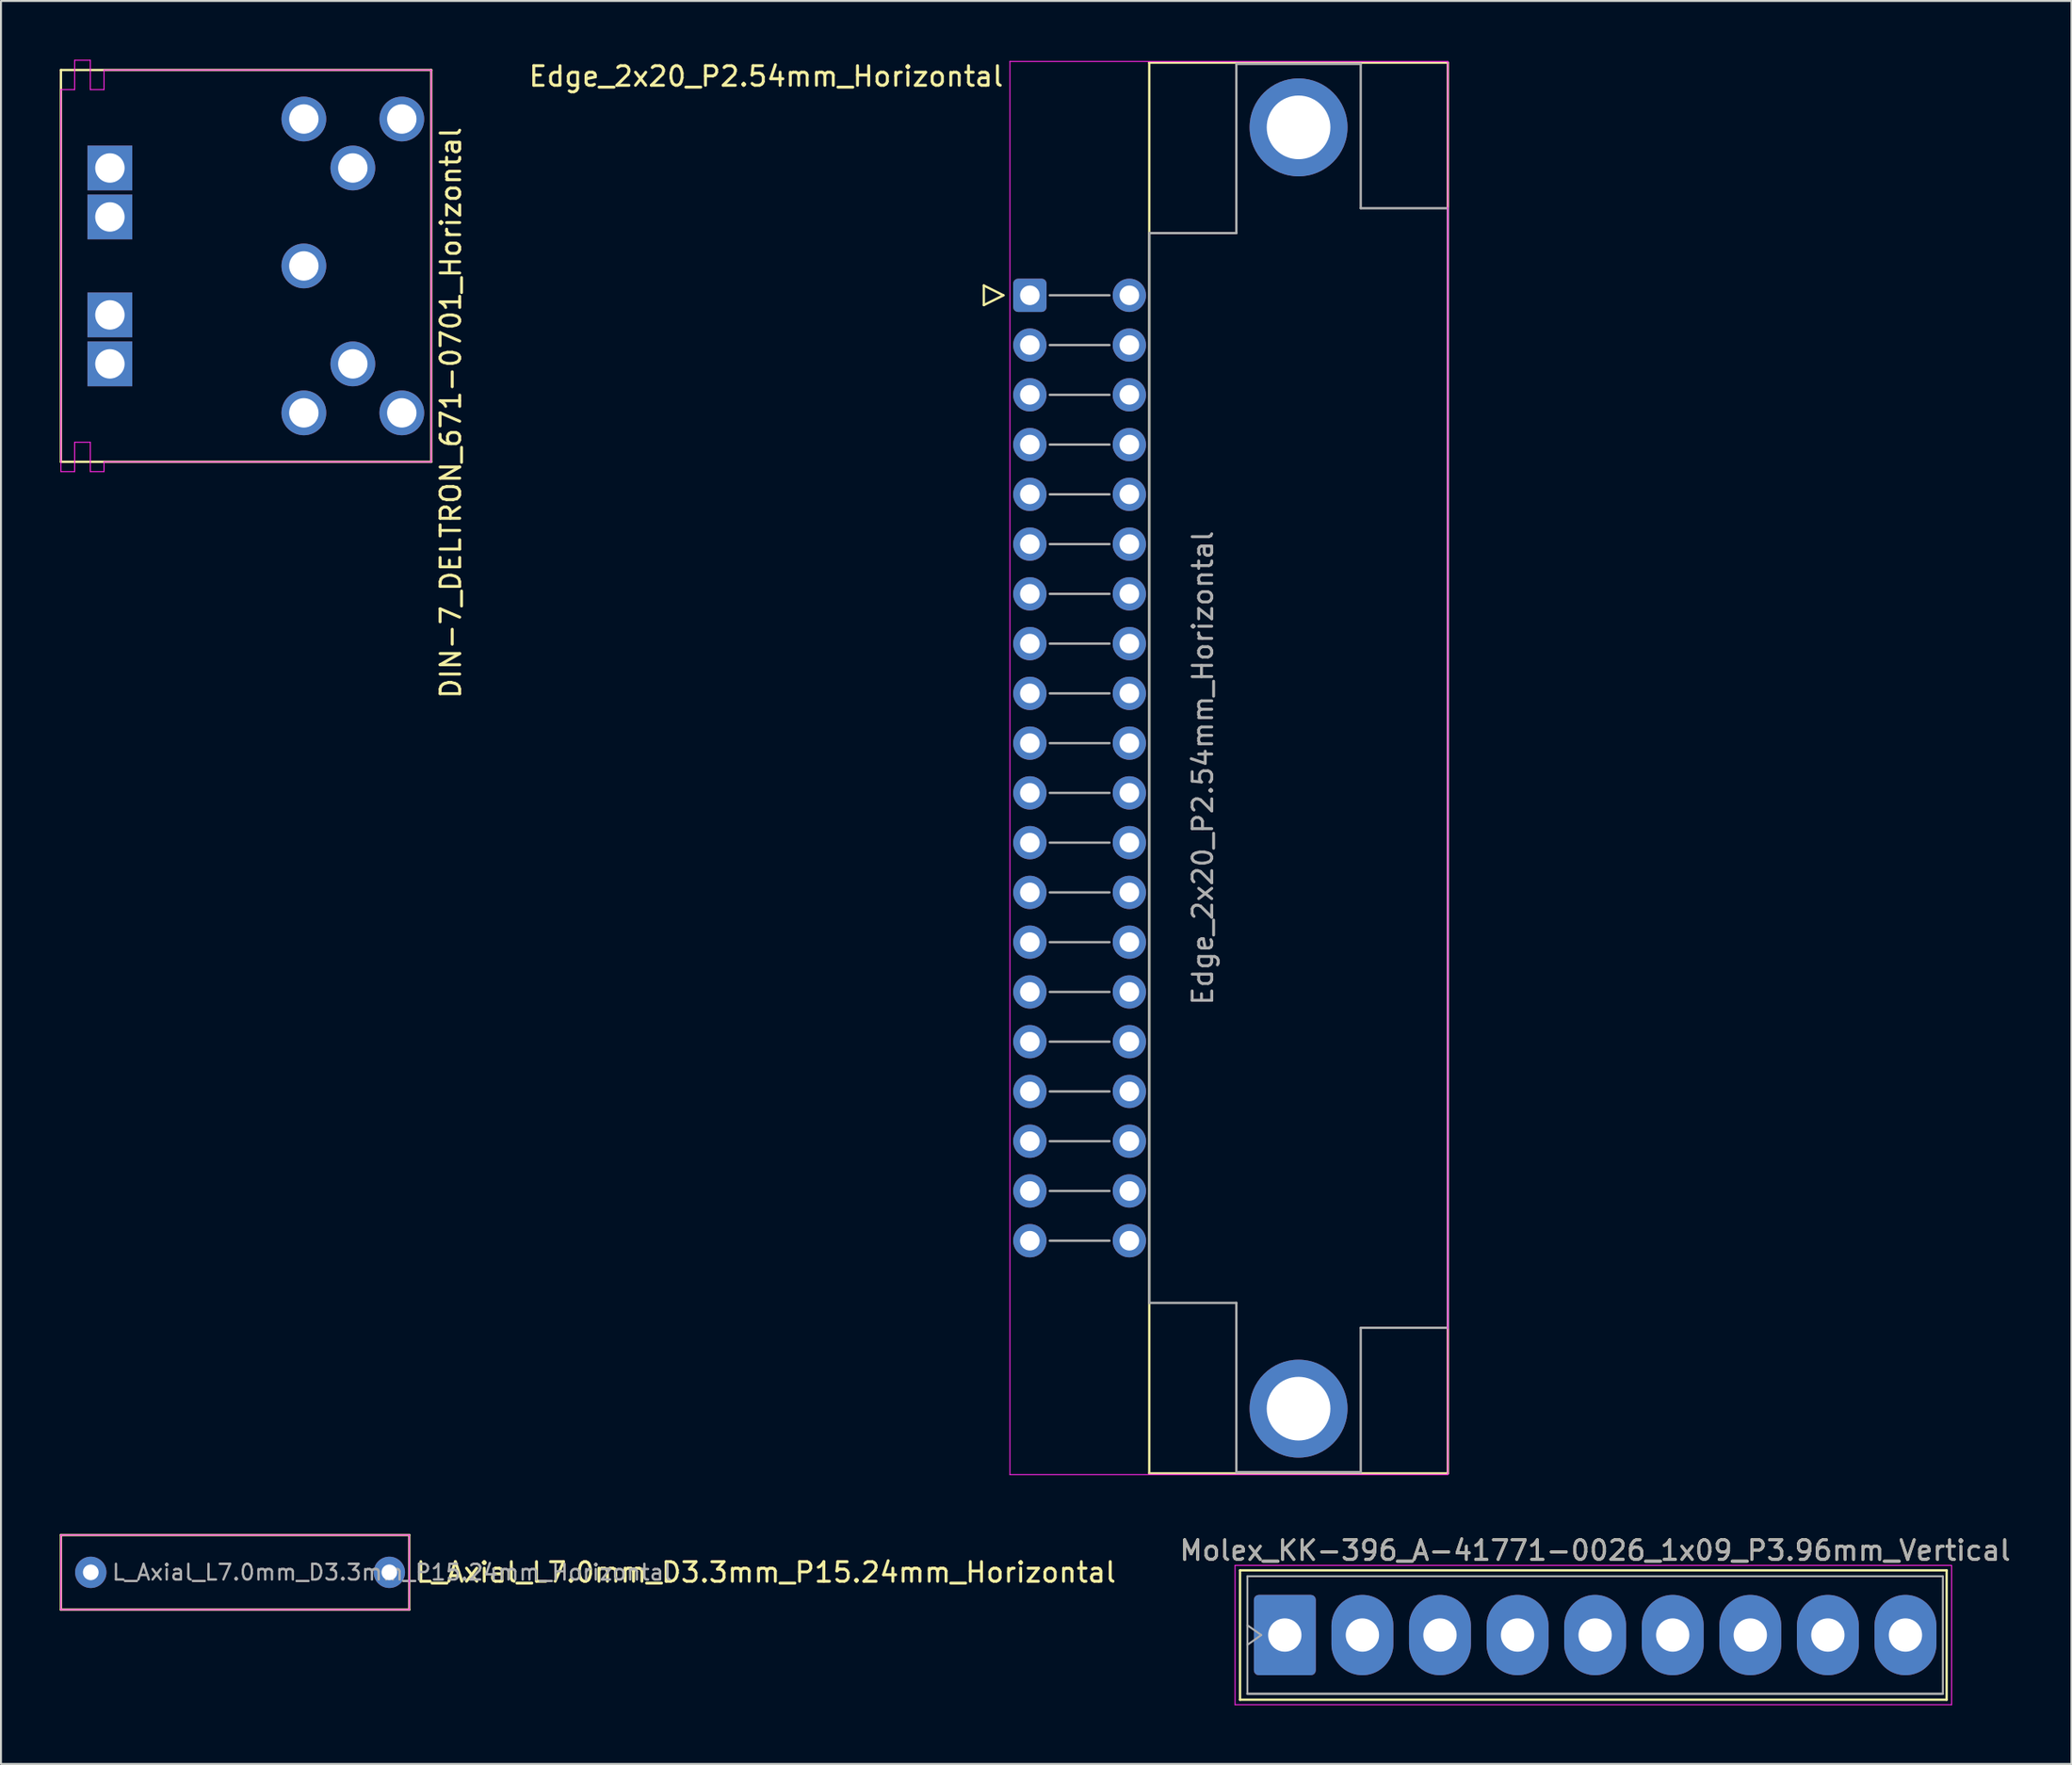
<source format=kicad_pcb>
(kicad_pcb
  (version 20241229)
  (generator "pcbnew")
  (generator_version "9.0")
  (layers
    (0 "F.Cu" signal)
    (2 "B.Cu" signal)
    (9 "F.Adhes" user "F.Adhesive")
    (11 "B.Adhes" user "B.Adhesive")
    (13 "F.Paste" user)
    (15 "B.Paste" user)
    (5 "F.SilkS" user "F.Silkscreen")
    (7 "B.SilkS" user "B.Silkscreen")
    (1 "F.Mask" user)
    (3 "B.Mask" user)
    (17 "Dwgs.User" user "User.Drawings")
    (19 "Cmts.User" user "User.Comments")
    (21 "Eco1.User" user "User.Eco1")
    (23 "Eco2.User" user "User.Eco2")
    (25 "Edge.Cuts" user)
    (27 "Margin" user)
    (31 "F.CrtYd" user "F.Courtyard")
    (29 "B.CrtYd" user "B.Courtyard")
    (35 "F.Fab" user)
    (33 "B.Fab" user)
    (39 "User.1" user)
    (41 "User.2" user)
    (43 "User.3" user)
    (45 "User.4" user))
  (footprint "L_Axial_L7.0mm_D3.3mm_P15.24mm_Horizontal"
    (layer "F.Cu")
    (at 1.584 77.212)
    (property "Reference" "L_Axial_L7.0mm_D3.3mm_P15.24mm_Horizontal" (at 16.51 0 0) (layer "F.SilkS") (effects (font (size 1 1) (thickness 0.15)) (justify left)))
    (attr through_hole)
    (fp_line (start -1.524 1.905) (end -1.524 -1.905) (stroke (width 0.12) (type solid)) (layer "F.SilkS"))
    (fp_line (start 16.256 -1.905) (end -1.524 -1.905) (stroke (width 0.12) (type solid)) (layer "F.SilkS"))
    (fp_line (start 16.256 1.905) (end -1.524 1.905) (stroke (width 0.12) (type solid)) (layer "F.SilkS"))
    (fp_line (start 16.256 1.905) (end 16.256 -1.905) (stroke (width 0.12) (type solid)) (layer "F.SilkS"))
    (fp_line (start -1.524 -1.905) (end -1.524 1.905) (stroke (width 0.05) (type solid)) (layer "F.CrtYd"))
    (fp_line (start -1.524 1.905) (end 16.256 1.905) (stroke (width 0.05) (type solid)) (layer "F.CrtYd"))
    (fp_line (start 16.256 -1.905) (end -1.524 -1.905) (stroke (width 0.05) (type solid)) (layer "F.CrtYd"))
    (fp_line (start 16.256 1.905) (end 16.256 -1.905) (stroke (width 0.05) (type solid)) (layer "F.CrtYd"))
    (fp_text user "${REFERENCE}" (at 1.016 0 180) (layer "F.Fab") (effects (font (size 0.8 0.8) (thickness 0.12)) (justify left)))
    (pad "1" thru_hole oval (at 0 0 180) (size 1.6 1.6) (drill 0.8) (layers "*.Cu" "*.Mask"))
    (pad "2" thru_hole circle (at 15.24 0 180) (size 1.6 1.6) (drill 0.8) (layers "*.Cu" "*.Mask")))
  (footprint "DIN-7_DELTRON_671-0701_Horizontal"
    (layer "F.Cu")
    (at 12.46 18.025)
    (property "Reference" "DIN-7_DELTRON_671-0701_Horizontal" (at 7.5 0 90) (layer "F.SilkS") (effects (font (size 1 1) (thickness 0.15))))
    (attr through_hole)
    (fp_line (start -12.4 -17.5) (end -12.4 2.5) (stroke (width 0.12) (type solid)) (layer "F.SilkS"))
    (fp_line (start -12.4 2.5) (end 6.5 2.5) (stroke (width 0.12) (type solid)) (layer "F.SilkS"))
    (fp_line (start 6.5 -17.5) (end -12.4 -17.5) (stroke (width 0.12) (type solid)) (layer "F.SilkS"))
    (fp_line (start 6.5 2.5) (end 6.5 -17.5) (stroke (width 0.12) (type solid)) (layer "F.SilkS"))
    (fp_line (start -12.4 -16.5) (end -11.7 -16.5) (stroke (width 0.05) (type solid)) (layer "F.CrtYd"))
    (fp_line (start -12.4 3) (end -12.4 -16.5) (stroke (width 0.05) (type solid)) (layer "F.CrtYd"))
    (fp_line (start -12.4 3) (end -11.7 3) (stroke (width 0.05) (type solid)) (layer "F.CrtYd"))
    (fp_line (start -11.7 -18) (end -10.9 -18) (stroke (width 0.05) (type solid)) (layer "F.CrtYd"))
    (fp_line (start -11.7 -16.5) (end -11.7 -18) (stroke (width 0.05) (type solid)) (layer "F.CrtYd"))
    (fp_line (start -11.7 1.5) (end -10.9 1.5) (stroke (width 0.05) (type solid)) (layer "F.CrtYd"))
    (fp_line (start -11.7 3) (end -11.7 1.5) (stroke (width 0.05) (type solid)) (layer "F.CrtYd"))
    (fp_line (start -10.9 -18) (end -10.9 -16.5) (stroke (width 0.05) (type solid)) (layer "F.CrtYd"))
    (fp_line (start -10.9 -16.5) (end -10.2 -16.5) (stroke (width 0.05) (type solid)) (layer "F.CrtYd"))
    (fp_line (start -10.9 1.5) (end -10.9 3) (stroke (width 0.05) (type solid)) (layer "F.CrtYd"))
    (fp_line (start -10.9 3) (end -10.2 3) (stroke (width 0.05) (type solid)) (layer "F.CrtYd"))
    (fp_line (start -10.2 -17.5) (end 6.5 -17.5) (stroke (width 0.05) (type solid)) (layer "F.CrtYd"))
    (fp_line (start -10.2 -16.5) (end -10.2 -17.5) (stroke (width 0.05) (type solid)) (layer "F.CrtYd"))
    (fp_line (start -10.2 3) (end -10.2 2.5) (stroke (width 0.05) (type solid)) (layer "F.CrtYd"))
    (fp_line (start 6.5 -17.5) (end 6.5 2.5) (stroke (width 0.05) (type solid)) (layer "F.CrtYd"))
    (fp_line (start 6.5 2.5) (end -10.2 2.5) (stroke (width 0.05) (type solid)) (layer "F.CrtYd"))
    (pad "" thru_hole rect (at -9.9 -12.5) (size 2.286 2.286) (drill 1.5) (layers "*.Cu" "*.Mask"))
    (pad "" thru_hole rect (at -9.9 -10) (size 2.286 2.286) (drill 1.5) (layers "*.Cu" "*.Mask"))
    (pad "" thru_hole rect (at -9.9 -5) (size 2.286 2.286) (drill 1.5) (layers "*.Cu" "*.Mask"))
    (pad "" thru_hole rect (at -9.9 -2.5) (size 2.286 2.286) (drill 1.5) (layers "*.Cu" "*.Mask"))
    (pad "1" thru_hole circle (at 0 0) (size 2.286 2.286) (drill 1.5) (layers "*.Cu" "*.Mask"))
    (pad "2" thru_hole circle (at 0 -7.5) (size 2.286 2.286) (drill 1.5) (layers "*.Cu" "*.Mask"))
    (pad "3" thru_hole circle (at 0 -15) (size 2.286 2.286) (drill 1.5) (layers "*.Cu" "*.Mask"))
    (pad "4" thru_hole circle (at 2.5 -2.5) (size 2.286 2.286) (drill 1.5) (layers "*.Cu" "*.Mask"))
    (pad "5" thru_hole circle (at 2.5 -12.5 90) (size 2.286 2.286) (drill 1.5) (layers "*.Cu" "*.Mask"))
    (pad "6" thru_hole circle (at 5 0) (size 2.286 2.286) (drill 1.5) (layers "*.Cu" "*.Mask"))
    (pad "7" thru_hole circle (at 5 -15) (size 2.286 2.286) (drill 1.5) (layers "*.Cu" "*.Mask")))
  (footprint "Edge_2x20_P2.54mm_Horizontal"
    (layer "F.Cu")
    (at 49.519 12.024)
    (property "Reference" "Edge_2x20_P2.54mm_Horizontal" (at -1.27 -11.176 0) (layer "F.SilkS") (effects (font (size 1 1) (thickness 0.15)) (justify right)))
    (attr through_hole)
    (fp_line (start -2.35 -0.5) (end -2.35 0.5) (stroke (width 0.12) (type solid)) (layer "F.SilkS"))
    (fp_line (start -2.35 0.5) (end -1.35 0) (stroke (width 0.12) (type solid)) (layer "F.SilkS"))
    (fp_line (start -1.35 0) (end -2.35 -0.5) (stroke (width 0.12) (type solid)) (layer "F.SilkS"))
    (fp_line (start 6.096 -11.874) (end 21.336 -11.874) (stroke (width 0.12) (type solid)) (layer "F.SilkS"))
    (fp_line (start 6.096 60.135) (end 6.096 -11.874) (stroke (width 0.12) (type solid)) (layer "F.SilkS"))
    (fp_line (start 21.336 -11.874) (end 21.336 60.135) (stroke (width 0.12) (type solid)) (layer "F.SilkS"))
    (fp_line (start 21.336 60.135) (end 6.096 60.135) (stroke (width 0.12) (type solid)) (layer "F.SilkS"))
    (fp_line (start -1.016 -11.938) (end 21.336 -11.938) (stroke (width 0.05) (type solid)) (layer "F.CrtYd"))
    (fp_line (start -1.016 60.198) (end -1.016 -11.938) (stroke (width 0.05) (type solid)) (layer "F.CrtYd"))
    (fp_line (start 21.336 -11.938) (end 21.336 60.198) (stroke (width 0.05) (type solid)) (layer "F.CrtYd"))
    (fp_line (start 21.336 60.198) (end -1.016 60.198) (stroke (width 0.05) (type solid)) (layer "F.CrtYd"))
    (fp_line (start 1.016 0) (end 4.064 0) (stroke (width 0.12) (type solid)) (layer "F.Fab"))
    (fp_line (start 1.016 2.54) (end 4.064 2.54) (stroke (width 0.12) (type solid)) (layer "F.Fab"))
    (fp_line (start 1.016 5.08) (end 4.064 5.08) (stroke (width 0.12) (type solid)) (layer "F.Fab"))
    (fp_line (start 1.016 7.62) (end 4.064 7.62) (stroke (width 0.12) (type solid)) (layer "F.Fab"))
    (fp_line (start 1.016 10.16) (end 4.064 10.16) (stroke (width 0.12) (type solid)) (layer "F.Fab"))
    (fp_line (start 1.016 12.7) (end 4.064 12.7) (stroke (width 0.12) (type solid)) (layer "F.Fab"))
    (fp_line (start 1.016 15.24) (end 4.064 15.24) (stroke (width 0.12) (type solid)) (layer "F.Fab"))
    (fp_line (start 1.016 17.78) (end 4.064 17.78) (stroke (width 0.12) (type solid)) (layer "F.Fab"))
    (fp_line (start 1.016 20.32) (end 4.064 20.32) (stroke (width 0.12) (type solid)) (layer "F.Fab"))
    (fp_line (start 1.016 22.86) (end 4.064 22.86) (stroke (width 0.12) (type solid)) (layer "F.Fab"))
    (fp_line (start 1.016 25.4) (end 4.064 25.4) (stroke (width 0.12) (type solid)) (layer "F.Fab"))
    (fp_line (start 1.016 27.94) (end 4.064 27.94) (stroke (width 0.12) (type solid)) (layer "F.Fab"))
    (fp_line (start 1.016 30.48) (end 4.064 30.48) (stroke (width 0.12) (type solid)) (layer "F.Fab"))
    (fp_line (start 1.016 33.02) (end 4.064 33.02) (stroke (width 0.12) (type solid)) (layer "F.Fab"))
    (fp_line (start 1.016 35.56) (end 4.064 35.56) (stroke (width 0.12) (type solid)) (layer "F.Fab"))
    (fp_line (start 1.016 38.1) (end 4.064 38.1) (stroke (width 0.12) (type solid)) (layer "F.Fab"))
    (fp_line (start 1.016 40.64) (end 4.064 40.64) (stroke (width 0.12) (type solid)) (layer "F.Fab"))
    (fp_line (start 1.016 43.18) (end 4.064 43.18) (stroke (width 0.12) (type solid)) (layer "F.Fab"))
    (fp_line (start 1.016 45.72) (end 4.064 45.72) (stroke (width 0.12) (type solid)) (layer "F.Fab"))
    (fp_line (start 1.016 48.26) (end 4.064 48.26) (stroke (width 0.12) (type solid)) (layer "F.Fab"))
    (fp_line (start 6.096 51.435) (end 6.096 -3.175) (stroke (width 0.12) (type solid)) (layer "F.Fab"))
    (fp_line (start 10.541 -11.811) (end 16.891 -11.811) (stroke (width 0.12) (type solid)) (layer "F.Fab"))
    (fp_line (start 10.541 -3.175) (end 6.096 -3.175) (stroke (width 0.12) (type solid)) (layer "F.Fab"))
    (fp_line (start 10.541 -3.175) (end 10.541 -11.811) (stroke (width 0.12) (type solid)) (layer "F.Fab"))
    (fp_line (start 10.541 51.435) (end 6.096 51.435) (stroke (width 0.12) (type solid)) (layer "F.Fab"))
    (fp_line (start 10.541 60.071) (end 10.541 51.435) (stroke (width 0.12) (type solid)) (layer "F.Fab"))
    (fp_line (start 10.541 60.071) (end 16.891 60.071) (stroke (width 0.12) (type solid)) (layer "F.Fab"))
    (fp_line (start 16.891 -11.811) (end 16.891 -4.445) (stroke (width 0.12) (type solid)) (layer "F.Fab"))
    (fp_line (start 16.891 -4.445) (end 21.336 -4.445) (stroke (width 0.12) (type solid)) (layer "F.Fab"))
    (fp_line (start 16.891 52.705) (end 16.891 60.071) (stroke (width 0.12) (type solid)) (layer "F.Fab"))
    (fp_line (start 21.336 -4.445) (end 21.336 52.705) (stroke (width 0.12) (type solid)) (layer "F.Fab"))
    (fp_line (start 21.336 52.705) (end 16.891 52.705) (stroke (width 0.12) (type solid)) (layer "F.Fab"))
    (fp_text user "${REFERENCE}" (at 8.83 24.13 90) (layer "F.Fab") (effects (font (size 1 1) (thickness 0.15))))
    (pad "1" thru_hole roundrect (at 0 0) (size 1.7 1.7) (drill 1) (layers "*.Cu" "*.Mask") (roundrect_rratio 0.147))
    (pad "2" thru_hole circle (at 5.08 0) (size 1.7 1.7) (drill 1) (layers "*.Cu" "*.Mask"))
    (pad "3" thru_hole circle (at 0 2.54) (size 1.7 1.7) (drill 1) (layers "*.Cu" "*.Mask"))
    (pad "4" thru_hole circle (at 5.08 2.54) (size 1.7 1.7) (drill 1) (layers "*.Cu" "*.Mask"))
    (pad "5" thru_hole circle (at 0 5.08) (size 1.7 1.7) (drill 1) (layers "*.Cu" "*.Mask"))
    (pad "6" thru_hole circle (at 5.08 5.08) (size 1.7 1.7) (drill 1) (layers "*.Cu" "*.Mask"))
    (pad "7" thru_hole circle (at 0 7.62) (size 1.7 1.7) (drill 1) (layers "*.Cu" "*.Mask"))
    (pad "8" thru_hole circle (at 5.08 7.62) (size 1.7 1.7) (drill 1) (layers "*.Cu" "*.Mask"))
    (pad "9" thru_hole circle (at 0 10.16) (size 1.7 1.7) (drill 1) (layers "*.Cu" "*.Mask"))
    (pad "10" thru_hole circle (at 5.08 10.16) (size 1.7 1.7) (drill 1) (layers "*.Cu" "*.Mask"))
    (pad "11" thru_hole circle (at 0 12.7) (size 1.7 1.7) (drill 1) (layers "*.Cu" "*.Mask"))
    (pad "12" thru_hole circle (at 5.08 12.7) (size 1.7 1.7) (drill 1) (layers "*.Cu" "*.Mask"))
    (pad "13" thru_hole circle (at 0 15.24) (size 1.7 1.7) (drill 1) (layers "*.Cu" "*.Mask"))
    (pad "14" thru_hole circle (at 5.08 15.24) (size 1.7 1.7) (drill 1) (layers "*.Cu" "*.Mask"))
    (pad "15" thru_hole circle (at 0 17.78) (size 1.7 1.7) (drill 1) (layers "*.Cu" "*.Mask"))
    (pad "16" thru_hole circle (at 5.08 17.78) (size 1.7 1.7) (drill 1) (layers "*.Cu" "*.Mask"))
    (pad "17" thru_hole circle (at 0 20.32) (size 1.7 1.7) (drill 1) (layers "*.Cu" "*.Mask"))
    (pad "18" thru_hole circle (at 5.08 20.32) (size 1.7 1.7) (drill 1) (layers "*.Cu" "*.Mask"))
    (pad "19" thru_hole circle (at 0 22.86) (size 1.7 1.7) (drill 1) (layers "*.Cu" "*.Mask"))
    (pad "20" thru_hole circle (at 5.08 22.86) (size 1.7 1.7) (drill 1) (layers "*.Cu" "*.Mask"))
    (pad "21" thru_hole circle (at 0 25.4) (size 1.7 1.7) (drill 1) (layers "*.Cu" "*.Mask"))
    (pad "22" thru_hole circle (at 5.08 25.4) (size 1.7 1.7) (drill 1) (layers "*.Cu" "*.Mask"))
    (pad "23" thru_hole circle (at 0 27.94) (size 1.7 1.7) (drill 1) (layers "*.Cu" "*.Mask"))
    (pad "24" thru_hole circle (at 5.08 27.94) (size 1.7 1.7) (drill 1) (layers "*.Cu" "*.Mask"))
    (pad "25" thru_hole circle (at 0 30.48) (size 1.7 1.7) (drill 1) (layers "*.Cu" "*.Mask"))
    (pad "26" thru_hole circle (at 5.08 30.48) (size 1.7 1.7) (drill 1) (layers "*.Cu" "*.Mask"))
    (pad "27" thru_hole circle (at 0 33.02) (size 1.7 1.7) (drill 1) (layers "*.Cu" "*.Mask"))
    (pad "28" thru_hole circle (at 5.08 33.02) (size 1.7 1.7) (drill 1) (layers "*.Cu" "*.Mask"))
    (pad "29" thru_hole circle (at 0 35.56) (size 1.7 1.7) (drill 1) (layers "*.Cu" "*.Mask"))
    (pad "30" thru_hole circle (at 5.08 35.56) (size 1.7 1.7) (drill 1) (layers "*.Cu" "*.Mask"))
    (pad "31" thru_hole circle (at 0 38.1) (size 1.7 1.7) (drill 1) (layers "*.Cu" "*.Mask"))
    (pad "32" thru_hole circle (at 5.08 38.1) (size 1.7 1.7) (drill 1) (layers "*.Cu" "*.Mask"))
    (pad "33" thru_hole circle (at 0 40.64) (size 1.7 1.7) (drill 1) (layers "*.Cu" "*.Mask"))
    (pad "34" thru_hole circle (at 5.08 40.64) (size 1.7 1.7) (drill 1) (layers "*.Cu" "*.Mask"))
    (pad "35" thru_hole circle (at 0 43.18) (size 1.7 1.7) (drill 1) (layers "*.Cu" "*.Mask"))
    (pad "36" thru_hole circle (at 5.08 43.18) (size 1.7 1.7) (drill 1) (layers "*.Cu" "*.Mask"))
    (pad "37" thru_hole circle (at 0 45.72) (size 1.7 1.7) (drill 1) (layers "*.Cu" "*.Mask"))
    (pad "38" thru_hole circle (at 5.08 45.72) (size 1.7 1.7) (drill 1) (layers "*.Cu" "*.Mask"))
    (pad "39" thru_hole circle (at 0 48.26) (size 1.7 1.7) (drill 1) (layers "*.Cu" "*.Mask"))
    (pad "40" thru_hole circle (at 5.08 48.26) (size 1.7 1.7) (drill 1) (layers "*.Cu" "*.Mask"))
    (pad "MP" thru_hole circle (at 13.716 -8.572) (size 5 5) (drill 3.25) (layers "*.Cu" "*.Mask"))
    (pad "MP" thru_hole circle (at 13.716 56.833) (size 5 5) (drill 3.25) (layers "*.Cu" "*.Mask")))
  (footprint "Molex_KK-396_A-41771-0026_1x09_P3.96mm_Vertical"
    (layer "F.Cu")
    (at 62.534 80.413)
    (property "Reference" "Molex_KK-396_A-41771-0026_1x09_P3.96mm_Vertical" (at 15.84 -4.318 0) (layer "F.SilkS") (effects (font (size 1 1) (thickness 0.15))))
    (attr through_hole)
    (fp_line (start -2.286 -3.302) (end 33.782 -3.302) (stroke (width 0.12) (type solid)) (layer "F.SilkS"))
    (fp_line (start -2.286 3.302) (end -2.286 -3.302) (stroke (width 0.12) (type solid)) (layer "F.SilkS"))
    (fp_line (start 33.782 -3.302) (end 33.782 3.302) (stroke (width 0.12) (type solid)) (layer "F.SilkS"))
    (fp_line (start 33.782 3.302) (end -2.286 3.302) (stroke (width 0.12) (type solid)) (layer "F.SilkS"))
    (fp_line (start -2.54 -3.556) (end -2.54 3.556) (stroke (width 0.05) (type solid)) (layer "F.CrtYd"))
    (fp_line (start -2.54 3.556) (end 34.036 3.556) (stroke (width 0.05) (type solid)) (layer "F.CrtYd"))
    (fp_line (start 34.036 -3.556) (end -2.54 -3.556) (stroke (width 0.05) (type solid)) (layer "F.CrtYd"))
    (fp_line (start 34.036 3.556) (end 34.036 -3.556) (stroke (width 0.05) (type solid)) (layer "F.CrtYd"))
    (fp_line (start -1.91 -3) (end 33.59 -3) (stroke (width 0.1) (type solid)) (layer "F.Fab"))
    (fp_line (start -1.91 -0.5) (end -1.203 0) (stroke (width 0.1) (type solid)) (layer "F.Fab"))
    (fp_line (start -1.91 3) (end -1.91 -3) (stroke (width 0.1) (type solid)) (layer "F.Fab"))
    (fp_line (start -1.91 3) (end 33.59 3) (stroke (width 0.12) (type solid)) (layer "F.Fab"))
    (fp_line (start -1.203 0) (end -1.91 0.5) (stroke (width 0.1) (type solid)) (layer "F.Fab"))
    (fp_line (start 33.59 -3) (end 33.59 3) (stroke (width 0.1) (type solid)) (layer "F.Fab"))
    (fp_text user "${REFERENCE}" (at 15.84 -4.318 0) (layer "F.Fab") (effects (font (size 1 1) (thickness 0.15))))
    (pad "1" thru_hole roundrect (at 0 0) (size 3.16 4.1) (drill 1.7) (layers "*.Cu" "*.Mask") (roundrect_rratio 0.079))
    (pad "2" thru_hole oval (at 3.96 0) (size 3.16 4.1) (drill 1.7) (layers "*.Cu" "*.Mask"))
    (pad "3" thru_hole oval (at 7.92 0) (size 3.16 4.1) (drill 1.7) (layers "*.Cu" "*.Mask"))
    (pad "4" thru_hole oval (at 11.88 0) (size 3.16 4.1) (drill 1.7) (layers "*.Cu" "*.Mask"))
    (pad "5" thru_hole oval (at 15.84 0) (size 3.16 4.1) (drill 1.7) (layers "*.Cu" "*.Mask"))
    (pad "6" thru_hole oval (at 19.8 0) (size 3.16 4.1) (drill 1.7) (layers "*.Cu" "*.Mask"))
    (pad "7" thru_hole oval (at 23.76 0) (size 3.16 4.1) (drill 1.7) (layers "*.Cu" "*.Mask"))
    (pad "8" thru_hole oval (at 27.72 0) (size 3.16 4.1) (drill 1.7) (layers "*.Cu" "*.Mask"))
    (pad "9" thru_hole oval (at 31.68 0) (size 3.16 4.1) (drill 1.7) (layers "*.Cu" "*.Mask")))
  (gr_rect
    (start -3 -3)
    (end 102.689 86.995)
    (stroke (width 0.1) (type default))
    (fill no)
    (layer "Edge.Cuts")))
</source>
